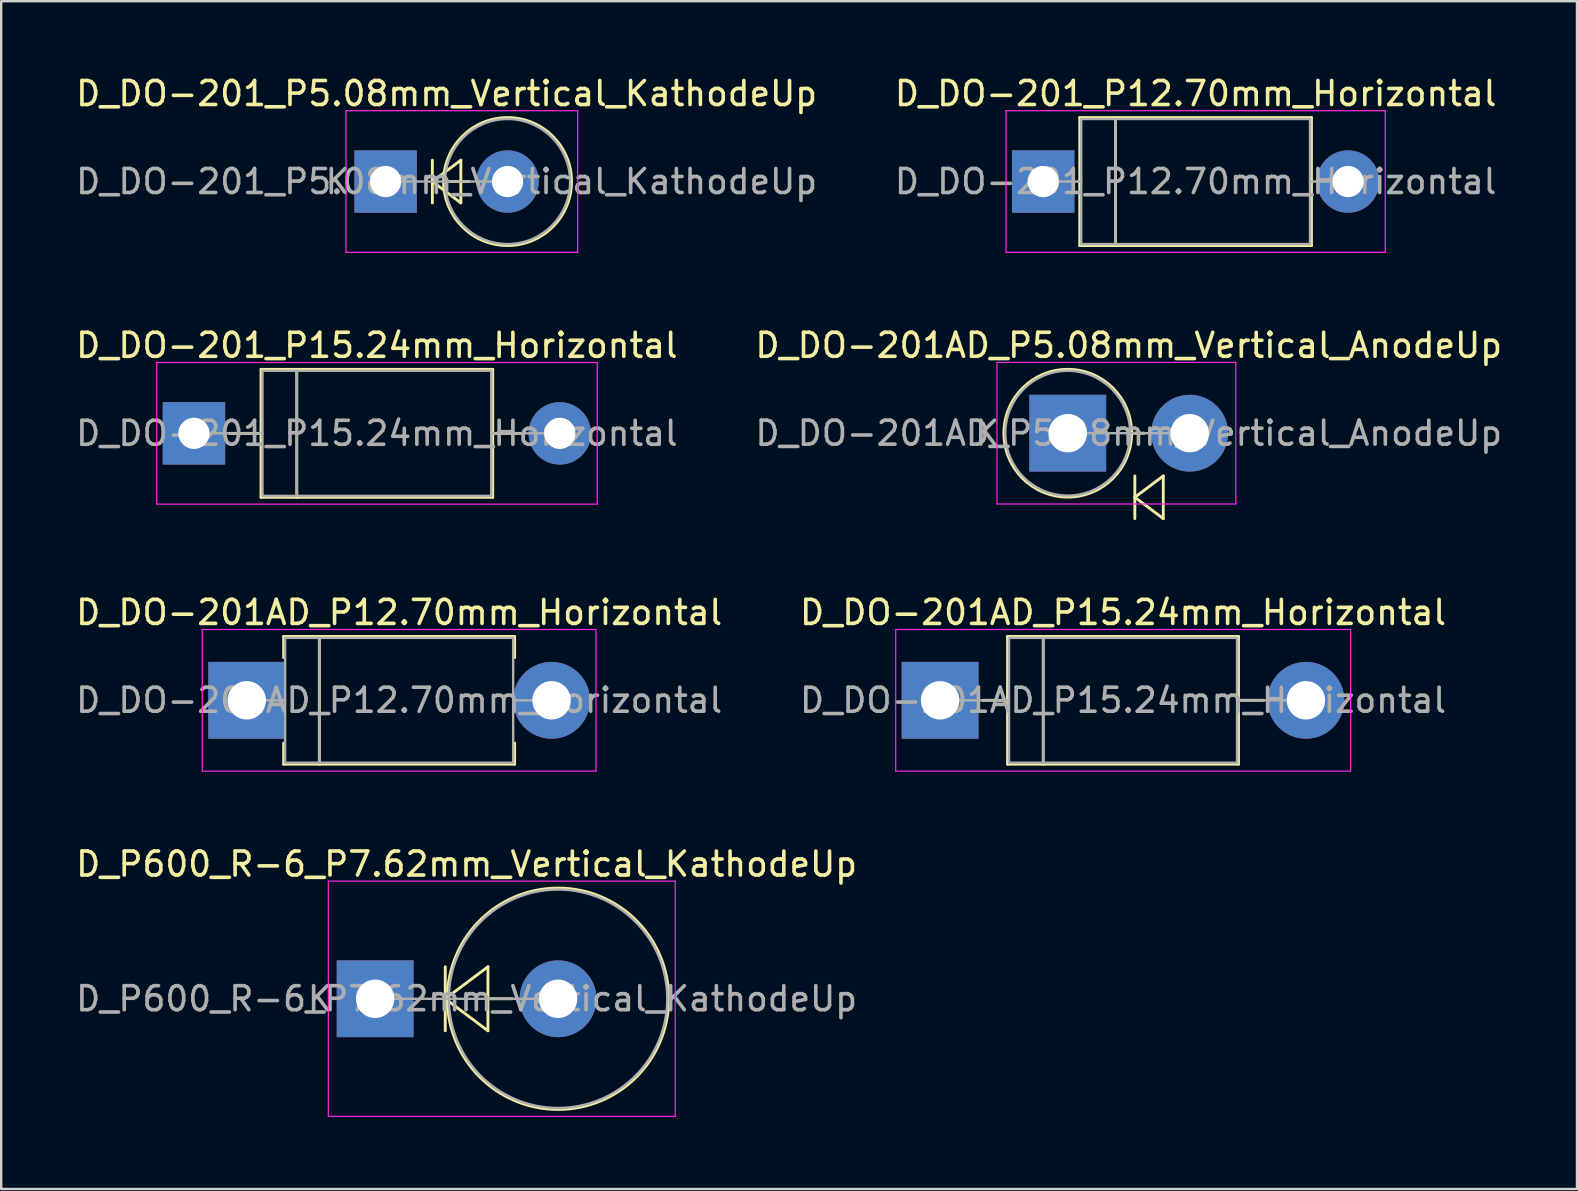
<source format=kicad_pcb>
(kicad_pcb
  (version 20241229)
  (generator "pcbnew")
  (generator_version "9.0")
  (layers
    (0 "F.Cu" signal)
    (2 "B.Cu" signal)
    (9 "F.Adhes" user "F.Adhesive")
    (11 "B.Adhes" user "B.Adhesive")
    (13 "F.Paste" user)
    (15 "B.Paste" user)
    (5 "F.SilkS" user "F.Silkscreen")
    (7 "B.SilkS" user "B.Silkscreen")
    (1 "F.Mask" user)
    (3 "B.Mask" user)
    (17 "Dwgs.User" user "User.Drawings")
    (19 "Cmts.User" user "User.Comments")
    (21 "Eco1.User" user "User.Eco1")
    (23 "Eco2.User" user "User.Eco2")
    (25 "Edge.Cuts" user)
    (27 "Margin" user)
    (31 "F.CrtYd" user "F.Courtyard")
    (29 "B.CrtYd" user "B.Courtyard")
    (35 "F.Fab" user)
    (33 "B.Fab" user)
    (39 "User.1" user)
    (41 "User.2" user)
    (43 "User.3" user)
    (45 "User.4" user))
  (footprint "D_DO-201_P12.70mm_Horizontal"
    (layer "F.Cu")
    (at 40.406 4.513)
    (property "Reference" "D_DO-201_P12.70mm_Horizontal" (at 6.35 -3.665 0) (layer "F.SilkS") (effects (font (size 1 1) (thickness 0.15))))
    (attr through_hole)
    (fp_line (start 1.48 0) (end 1.525 0) (stroke (width 0.12) (type solid)) (layer "F.SilkS"))
    (fp_line (start 1.525 -2.665) (end 1.525 2.665) (stroke (width 0.12) (type solid)) (layer "F.SilkS"))
    (fp_line (start 1.525 2.665) (end 11.175 2.665) (stroke (width 0.12) (type solid)) (layer "F.SilkS"))
    (fp_line (start 3.014 -2.665) (end 3.014 2.665) (stroke (width 0.12) (type solid)) (layer "F.SilkS"))
    (fp_line (start 11.175 -2.665) (end 1.525 -2.665) (stroke (width 0.12) (type solid)) (layer "F.SilkS"))
    (fp_line (start 11.175 2.665) (end 11.175 -2.665) (stroke (width 0.12) (type solid)) (layer "F.SilkS"))
    (fp_line (start 11.22 0) (end 11.175 0) (stroke (width 0.12) (type solid)) (layer "F.SilkS"))
    (fp_line (start -1.55 -2.95) (end -1.55 2.95) (stroke (width 0.05) (type solid)) (layer "F.CrtYd"))
    (fp_line (start -1.55 2.95) (end 14.25 2.95) (stroke (width 0.05) (type solid)) (layer "F.CrtYd"))
    (fp_line (start 14.25 -2.95) (end -1.55 -2.95) (stroke (width 0.05) (type solid)) (layer "F.CrtYd"))
    (fp_line (start 14.25 2.95) (end 14.25 -2.95) (stroke (width 0.05) (type solid)) (layer "F.CrtYd"))
    (fp_line (start 0 0) (end 1.585 0) (stroke (width 0.1) (type solid)) (layer "F.Fab"))
    (fp_line (start 1.585 -2.605) (end 1.585 2.605) (stroke (width 0.1) (type solid)) (layer "F.Fab"))
    (fp_line (start 1.585 2.605) (end 11.115 2.605) (stroke (width 0.1) (type solid)) (layer "F.Fab"))
    (fp_line (start 3.014 -2.605) (end 3.014 2.605) (stroke (width 0.1) (type solid)) (layer "F.Fab"))
    (fp_line (start 11.115 -2.605) (end 1.585 -2.605) (stroke (width 0.1) (type solid)) (layer "F.Fab"))
    (fp_line (start 11.115 2.605) (end 11.115 -2.605) (stroke (width 0.1) (type solid)) (layer "F.Fab"))
    (fp_line (start 12.7 0) (end 11.115 0) (stroke (width 0.1) (type solid)) (layer "F.Fab"))
    (fp_text user "${REFERENCE}" (at 6.35 0 0) (layer "F.Fab") (effects (font (size 1 1) (thickness 0.15))))
    (pad "1" thru_hole rect (at 0 0) (size 2.6 2.6) (drill 1.3) (layers "*.Cu" "*.Mask"))
    (pad "2" thru_hole oval (at 12.7 0) (size 2.6 2.6) (drill 1.3) (layers "*.Cu" "*.Mask")))
  (footprint "D_DO-201AD_P12.70mm_Horizontal"
    (layer "F.Cu")
    (at 7.227 26.123)
    (property "Reference" "D_DO-201AD_P12.70mm_Horizontal" (at 6.35 -3.66 0) (layer "F.SilkS") (effects (font (size 1 1) (thickness 0.15))))
    (attr through_hole)
    (fp_line (start 1.54 -2.66) (end 11.16 -2.66) (stroke (width 0.12) (type solid)) (layer "F.SilkS"))
    (fp_line (start 1.54 -1.78) (end 1.54 -2.66) (stroke (width 0.12) (type solid)) (layer "F.SilkS"))
    (fp_line (start 1.54 1.78) (end 1.54 2.66) (stroke (width 0.12) (type solid)) (layer "F.SilkS"))
    (fp_line (start 1.54 2.66) (end 11.16 2.66) (stroke (width 0.12) (type solid)) (layer "F.SilkS"))
    (fp_line (start 3.025 -2.66) (end 3.025 2.66) (stroke (width 0.12) (type solid)) (layer "F.SilkS"))
    (fp_line (start 11.16 -2.66) (end 11.16 -1.78) (stroke (width 0.12) (type solid)) (layer "F.SilkS"))
    (fp_line (start 11.16 2.66) (end 11.16 1.78) (stroke (width 0.12) (type solid)) (layer "F.SilkS"))
    (fp_line (start -1.85 -2.95) (end -1.85 2.95) (stroke (width 0.05) (type solid)) (layer "F.CrtYd"))
    (fp_line (start -1.85 2.95) (end 14.55 2.95) (stroke (width 0.05) (type solid)) (layer "F.CrtYd"))
    (fp_line (start 14.55 -2.95) (end -1.85 -2.95) (stroke (width 0.05) (type solid)) (layer "F.CrtYd"))
    (fp_line (start 14.55 2.95) (end 14.55 -2.95) (stroke (width 0.05) (type solid)) (layer "F.CrtYd"))
    (fp_line (start 0 0) (end 1.6 0) (stroke (width 0.1) (type solid)) (layer "F.Fab"))
    (fp_line (start 1.6 -2.6) (end 1.6 2.6) (stroke (width 0.1) (type solid)) (layer "F.Fab"))
    (fp_line (start 1.6 2.6) (end 11.1 2.6) (stroke (width 0.1) (type solid)) (layer "F.Fab"))
    (fp_line (start 3.025 -2.6) (end 3.025 2.6) (stroke (width 0.1) (type solid)) (layer "F.Fab"))
    (fp_line (start 11.1 -2.6) (end 1.6 -2.6) (stroke (width 0.1) (type solid)) (layer "F.Fab"))
    (fp_line (start 11.1 2.6) (end 11.1 -2.6) (stroke (width 0.1) (type solid)) (layer "F.Fab"))
    (fp_line (start 12.7 0) (end 11.1 0) (stroke (width 0.1) (type solid)) (layer "F.Fab"))
    (fp_text user "${REFERENCE}" (at 6.35 0 0) (layer "F.Fab") (effects (font (size 1 1) (thickness 0.15))))
    (pad "1" thru_hole rect (at 0 0) (size 3.2 3.2) (drill 1.6) (layers "*.Cu" "*.Mask"))
    (pad "2" thru_hole oval (at 12.7 0) (size 3.2 3.2) (drill 1.6) (layers "*.Cu" "*.Mask")))
  (footprint "D_P600_R-6_P7.62mm_Vertical_KathodeUp"
    (layer "F.Cu")
    (at 12.577 38.556)
    (property "Reference" "D_P600_R-6_P7.62mm_Vertical_KathodeUp" (at 3.81 -5.61 0) (layer "F.SilkS") (effects (font (size 1 1) (thickness 0.15))))
    (attr through_hole)
    (fp_line (start 2.921 -1.333) (end 2.921 1.333) (stroke (width 0.12) (type solid)) (layer "F.SilkS"))
    (fp_line (start 2.921 0) (end 4.699 -1.333) (stroke (width 0.12) (type solid)) (layer "F.SilkS"))
    (fp_line (start 4.61 0) (end 5.72 0) (stroke (width 0.12) (type solid)) (layer "F.SilkS"))
    (fp_line (start 4.699 -1.333) (end 4.699 1.333) (stroke (width 0.12) (type solid)) (layer "F.SilkS"))
    (fp_line (start 4.699 1.333) (end 2.921 0) (stroke (width 0.12) (type solid)) (layer "F.SilkS"))
    (fp_circle (center 7.62 0) (end 12.23 0) (stroke (width 0.12) (type solid)) (fill no) (layer "F.SilkS"))
    (fp_line (start -1.95 -4.9) (end -1.95 4.9) (stroke (width 0.05) (type solid)) (layer "F.CrtYd"))
    (fp_line (start -1.95 4.9) (end 12.5 4.9) (stroke (width 0.05) (type solid)) (layer "F.CrtYd"))
    (fp_line (start 12.5 -4.9) (end -1.95 -4.9) (stroke (width 0.05) (type solid)) (layer "F.CrtYd"))
    (fp_line (start 12.5 4.9) (end 12.5 -4.9) (stroke (width 0.05) (type solid)) (layer "F.CrtYd"))
    (fp_line (start 0 0) (end 7.62 0) (stroke (width 0.1) (type solid)) (layer "F.Fab"))
    (fp_circle (center 7.62 0) (end 12.17 0) (stroke (width 0.1) (type solid)) (fill no) (layer "F.Fab"))
    (fp_text user "K" (at -2.3 0 0) (layer "F.Fab") (effects (font (size 1 1) (thickness 0.15))))
    (fp_text user "${REFERENCE}" (at 3.81 0 0) (layer "F.Fab") (effects (font (size 1 1) (thickness 0.15))))
    (pad "1" thru_hole rect (at 0 0) (size 3.2 3.2) (drill 1.6) (layers "*.Cu" "*.Mask"))
    (pad "2" thru_hole oval (at 7.62 0) (size 3.2 3.2) (drill 1.6) (layers "*.Cu" "*.Mask")))
  (footprint "D_DO-201AD_P15.24mm_Horizontal"
    (layer "F.Cu")
    (at 36.112 26.123)
    (property "Reference" "D_DO-201AD_P15.24mm_Horizontal" (at 7.62 -3.66 0) (layer "F.SilkS") (effects (font (size 1 1) (thickness 0.15))))
    (attr through_hole)
    (fp_line (start 1.78 0) (end 2.81 0) (stroke (width 0.12) (type solid)) (layer "F.SilkS"))
    (fp_line (start 2.81 -2.66) (end 2.81 2.66) (stroke (width 0.12) (type solid)) (layer "F.SilkS"))
    (fp_line (start 2.81 2.66) (end 12.43 2.66) (stroke (width 0.12) (type solid)) (layer "F.SilkS"))
    (fp_line (start 4.295 -2.66) (end 4.295 2.66) (stroke (width 0.12) (type solid)) (layer "F.SilkS"))
    (fp_line (start 12.43 -2.66) (end 2.81 -2.66) (stroke (width 0.12) (type solid)) (layer "F.SilkS"))
    (fp_line (start 12.43 2.66) (end 12.43 -2.66) (stroke (width 0.12) (type solid)) (layer "F.SilkS"))
    (fp_line (start 13.46 0) (end 12.43 0) (stroke (width 0.12) (type solid)) (layer "F.SilkS"))
    (fp_line (start -1.85 -2.95) (end -1.85 2.95) (stroke (width 0.05) (type solid)) (layer "F.CrtYd"))
    (fp_line (start -1.85 2.95) (end 17.1 2.95) (stroke (width 0.05) (type solid)) (layer "F.CrtYd"))
    (fp_line (start 17.1 -2.95) (end -1.85 -2.95) (stroke (width 0.05) (type solid)) (layer "F.CrtYd"))
    (fp_line (start 17.1 2.95) (end 17.1 -2.95) (stroke (width 0.05) (type solid)) (layer "F.CrtYd"))
    (fp_line (start 0 0) (end 2.87 0) (stroke (width 0.1) (type solid)) (layer "F.Fab"))
    (fp_line (start 2.87 -2.6) (end 2.87 2.6) (stroke (width 0.1) (type solid)) (layer "F.Fab"))
    (fp_line (start 2.87 2.6) (end 12.37 2.6) (stroke (width 0.1) (type solid)) (layer "F.Fab"))
    (fp_line (start 4.295 -2.6) (end 4.295 2.6) (stroke (width 0.1) (type solid)) (layer "F.Fab"))
    (fp_line (start 12.37 -2.6) (end 2.87 -2.6) (stroke (width 0.1) (type solid)) (layer "F.Fab"))
    (fp_line (start 12.37 2.6) (end 12.37 -2.6) (stroke (width 0.1) (type solid)) (layer "F.Fab"))
    (fp_line (start 15.24 0) (end 12.37 0) (stroke (width 0.1) (type solid)) (layer "F.Fab"))
    (fp_text user "${REFERENCE}" (at 7.62 0 0) (layer "F.Fab") (effects (font (size 1 1) (thickness 0.15))))
    (pad "1" thru_hole rect (at 0 0) (size 3.2 3.2) (drill 1.6) (layers "*.Cu" "*.Mask"))
    (pad "2" thru_hole oval (at 15.24 0) (size 3.2 3.2) (drill 1.6) (layers "*.Cu" "*.Mask")))
  (footprint "D_DO-201_P5.08mm_Vertical_KathodeUp"
    (layer "F.Cu")
    (at 13.014 4.513)
    (property "Reference" "D_DO-201_P5.08mm_Vertical_KathodeUp" (at 2.54 -3.665 0) (layer "F.SilkS") (effects (font (size 1 1) (thickness 0.15))))
    (attr through_hole)
    (fp_line (start 1.947 -0.889) (end 1.947 0.889) (stroke (width 0.12) (type solid)) (layer "F.SilkS"))
    (fp_line (start 1.947 0) (end 3.133 -0.889) (stroke (width 0.12) (type solid)) (layer "F.SilkS"))
    (fp_line (start 2.665 0) (end 3.48 0) (stroke (width 0.12) (type solid)) (layer "F.SilkS"))
    (fp_line (start 3.133 -0.889) (end 3.133 0.889) (stroke (width 0.12) (type solid)) (layer "F.SilkS"))
    (fp_line (start 3.133 0.889) (end 1.947 0) (stroke (width 0.12) (type solid)) (layer "F.SilkS"))
    (fp_circle (center 5.08 0) (end 7.745 0) (stroke (width 0.12) (type solid)) (fill no) (layer "F.SilkS"))
    (fp_line (start -1.65 -2.95) (end -1.65 2.95) (stroke (width 0.05) (type solid)) (layer "F.CrtYd"))
    (fp_line (start -1.65 2.95) (end 8 2.95) (stroke (width 0.05) (type solid)) (layer "F.CrtYd"))
    (fp_line (start 8 -2.95) (end -1.65 -2.95) (stroke (width 0.05) (type solid)) (layer "F.CrtYd"))
    (fp_line (start 8 2.95) (end 8 -2.95) (stroke (width 0.05) (type solid)) (layer "F.CrtYd"))
    (fp_line (start 0 0) (end 5.08 0) (stroke (width 0.1) (type solid)) (layer "F.Fab"))
    (fp_circle (center 5.08 0) (end 7.685 0) (stroke (width 0.1) (type solid)) (fill no) (layer "F.Fab"))
    (fp_text user "${REFERENCE}" (at 2.54 0 0) (layer "F.Fab") (effects (font (size 1 1) (thickness 0.15))))
    (fp_text user "K" (at -2 0 0) (layer "F.Fab") (effects (font (size 1 1) (thickness 0.15))))
    (pad "1" thru_hole rect (at 0 0) (size 2.6 2.6) (drill 1.3) (layers "*.Cu" "*.Mask"))
    (pad "2" thru_hole oval (at 5.08 0) (size 2.6 2.6) (drill 1.3) (layers "*.Cu" "*.Mask")))
  (footprint "D_DO-201AD_P5.08mm_Vertical_AnodeUp"
    (layer "F.Cu")
    (at 41.43 14.996)
    (property "Reference" "D_DO-201AD_P5.08mm_Vertical_AnodeUp" (at 2.54 -3.66 0) (layer "F.SilkS") (effects (font (size 1 1) (thickness 0.15))))
    (attr through_hole)
    (fp_line (start 2.66 0) (end 3.18 0) (stroke (width 0.12) (type solid)) (layer "F.SilkS"))
    (fp_line (start 2.794 1.78) (end 2.794 3.558) (stroke (width 0.12) (type solid)) (layer "F.SilkS"))
    (fp_line (start 2.794 2.669) (end 3.979 1.78) (stroke (width 0.12) (type solid)) (layer "F.SilkS"))
    (fp_line (start 3.979 1.78) (end 3.979 3.558) (stroke (width 0.12) (type solid)) (layer "F.SilkS"))
    (fp_line (start 3.979 3.558) (end 2.794 2.669) (stroke (width 0.12) (type solid)) (layer "F.SilkS"))
    (fp_circle (center 0 0) (end 2.66 0) (stroke (width 0.12) (type solid)) (fill no) (layer "F.SilkS"))
    (fp_line (start -2.95 -2.95) (end -2.95 2.95) (stroke (width 0.05) (type solid)) (layer "F.CrtYd"))
    (fp_line (start -2.95 2.95) (end 7 2.95) (stroke (width 0.05) (type solid)) (layer "F.CrtYd"))
    (fp_line (start 7 -2.95) (end -2.95 -2.95) (stroke (width 0.05) (type solid)) (layer "F.CrtYd"))
    (fp_line (start 7 2.95) (end 7 -2.95) (stroke (width 0.05) (type solid)) (layer "F.CrtYd"))
    (fp_line (start 0 0) (end 5.08 0) (stroke (width 0.1) (type solid)) (layer "F.Fab"))
    (fp_circle (center 0 0) (end 2.6 0) (stroke (width 0.1) (type solid)) (fill no) (layer "F.Fab"))
    (fp_text user "K" (at -3.36 0 0) (layer "F.Fab") (effects (font (size 1 1) (thickness 0.15))))
    (fp_text user "${REFERENCE}" (at 2.54 0 0) (layer "F.Fab") (effects (font (size 1 1) (thickness 0.15))))
    (pad "1" thru_hole rect (at 0 0) (size 3.2 3.2) (drill 1.6) (layers "*.Cu" "*.Mask"))
    (pad "2" thru_hole oval (at 5.08 0) (size 3.2 3.2) (drill 1.6) (layers "*.Cu" "*.Mask")))
  (footprint "D_DO-201_P15.24mm_Horizontal"
    (layer "F.Cu")
    (at 5.029 15.002)
    (property "Reference" "D_DO-201_P15.24mm_Horizontal" (at 7.62 -3.665 0) (layer "F.SilkS") (effects (font (size 1 1) (thickness 0.15))))
    (attr through_hole)
    (fp_line (start 1.48 0) (end 2.795 0) (stroke (width 0.12) (type solid)) (layer "F.SilkS"))
    (fp_line (start 2.795 -2.665) (end 2.795 2.665) (stroke (width 0.12) (type solid)) (layer "F.SilkS"))
    (fp_line (start 2.795 2.665) (end 12.445 2.665) (stroke (width 0.12) (type solid)) (layer "F.SilkS"))
    (fp_line (start 4.285 -2.665) (end 4.285 2.665) (stroke (width 0.12) (type solid)) (layer "F.SilkS"))
    (fp_line (start 12.445 -2.665) (end 2.795 -2.665) (stroke (width 0.12) (type solid)) (layer "F.SilkS"))
    (fp_line (start 12.445 2.665) (end 12.445 -2.665) (stroke (width 0.12) (type solid)) (layer "F.SilkS"))
    (fp_line (start 13.76 0) (end 12.445 0) (stroke (width 0.12) (type solid)) (layer "F.SilkS"))
    (fp_line (start -1.55 -2.95) (end -1.55 2.95) (stroke (width 0.05) (type solid)) (layer "F.CrtYd"))
    (fp_line (start -1.55 2.95) (end 16.8 2.95) (stroke (width 0.05) (type solid)) (layer "F.CrtYd"))
    (fp_line (start 16.8 -2.95) (end -1.55 -2.95) (stroke (width 0.05) (type solid)) (layer "F.CrtYd"))
    (fp_line (start 16.8 2.95) (end 16.8 -2.95) (stroke (width 0.05) (type solid)) (layer "F.CrtYd"))
    (fp_line (start 0 0) (end 2.855 0) (stroke (width 0.1) (type solid)) (layer "F.Fab"))
    (fp_line (start 2.855 -2.605) (end 2.855 2.605) (stroke (width 0.1) (type solid)) (layer "F.Fab"))
    (fp_line (start 2.855 2.605) (end 12.385 2.605) (stroke (width 0.1) (type solid)) (layer "F.Fab"))
    (fp_line (start 4.285 -2.605) (end 4.285 2.605) (stroke (width 0.1) (type solid)) (layer "F.Fab"))
    (fp_line (start 12.385 -2.605) (end 2.855 -2.605) (stroke (width 0.1) (type solid)) (layer "F.Fab"))
    (fp_line (start 12.385 2.605) (end 12.385 -2.605) (stroke (width 0.1) (type solid)) (layer "F.Fab"))
    (fp_line (start 15.24 0) (end 12.385 0) (stroke (width 0.1) (type solid)) (layer "F.Fab"))
    (fp_text user "${REFERENCE}" (at 7.62 0 0) (layer "F.Fab") (effects (font (size 1 1) (thickness 0.15))))
    (pad "1" thru_hole rect (at 0 0) (size 2.6 2.6) (drill 1.3) (layers "*.Cu" "*.Mask"))
    (pad "2" thru_hole oval (at 15.24 0) (size 2.6 2.6) (drill 1.3) (layers "*.Cu" "*.Mask")))
  (gr_rect
    (start -3 -3)
    (end 62.643 46.481)
    (stroke (width 0.1) (type default))
    (fill no)
    (layer "Edge.Cuts")))
</source>
